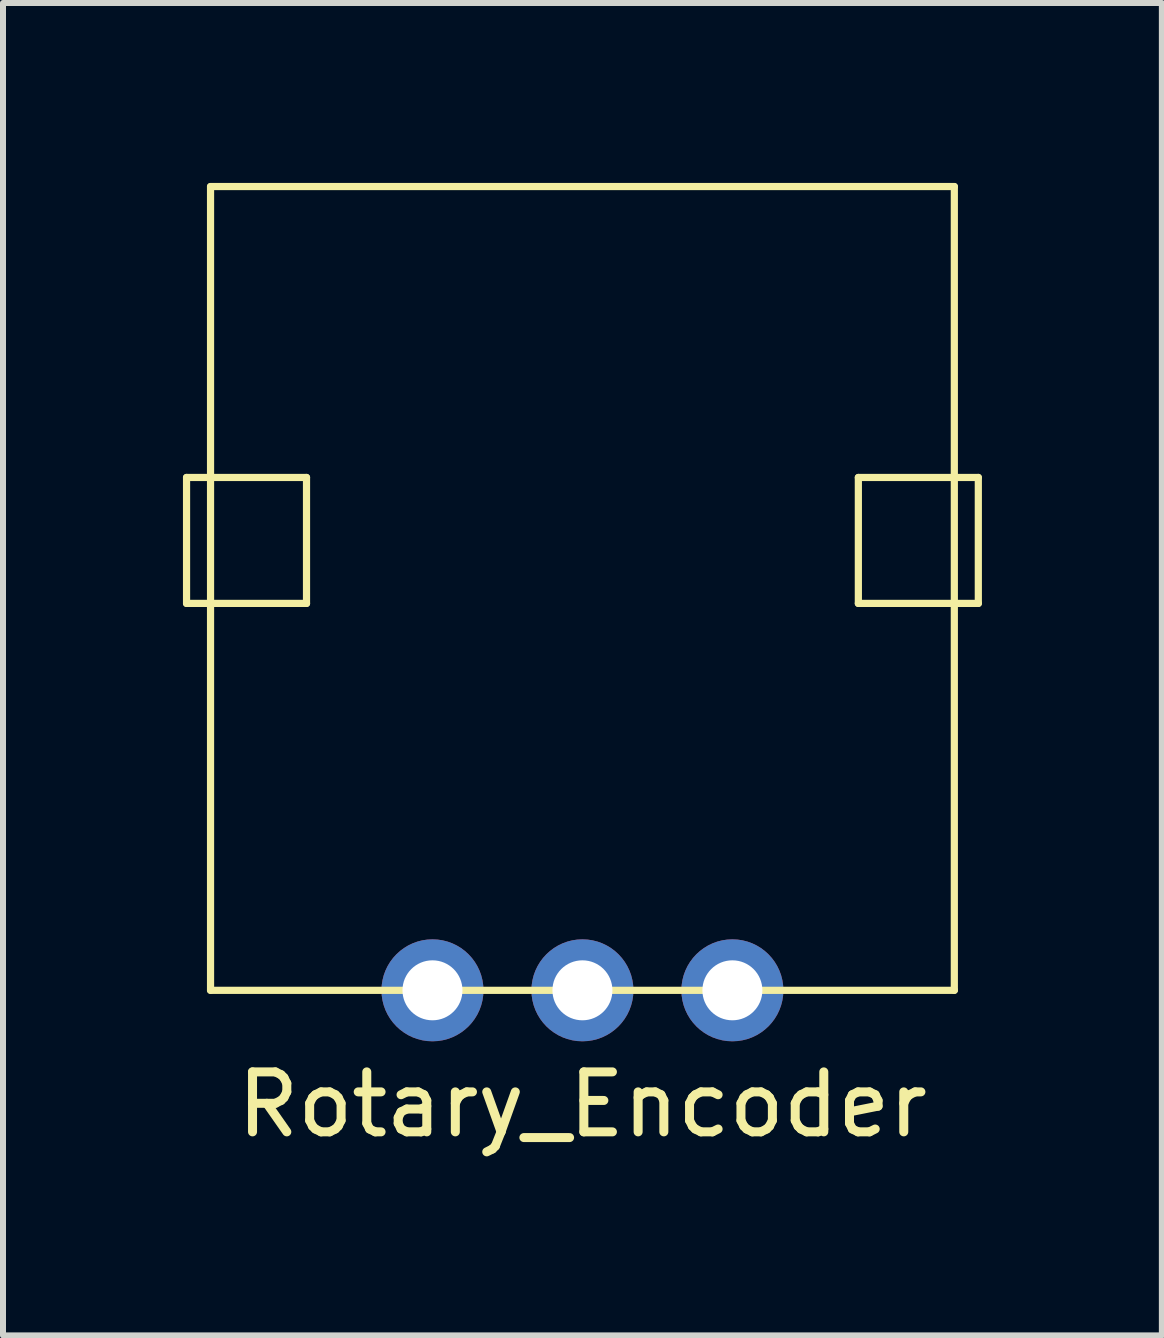
<source format=kicad_pcb>
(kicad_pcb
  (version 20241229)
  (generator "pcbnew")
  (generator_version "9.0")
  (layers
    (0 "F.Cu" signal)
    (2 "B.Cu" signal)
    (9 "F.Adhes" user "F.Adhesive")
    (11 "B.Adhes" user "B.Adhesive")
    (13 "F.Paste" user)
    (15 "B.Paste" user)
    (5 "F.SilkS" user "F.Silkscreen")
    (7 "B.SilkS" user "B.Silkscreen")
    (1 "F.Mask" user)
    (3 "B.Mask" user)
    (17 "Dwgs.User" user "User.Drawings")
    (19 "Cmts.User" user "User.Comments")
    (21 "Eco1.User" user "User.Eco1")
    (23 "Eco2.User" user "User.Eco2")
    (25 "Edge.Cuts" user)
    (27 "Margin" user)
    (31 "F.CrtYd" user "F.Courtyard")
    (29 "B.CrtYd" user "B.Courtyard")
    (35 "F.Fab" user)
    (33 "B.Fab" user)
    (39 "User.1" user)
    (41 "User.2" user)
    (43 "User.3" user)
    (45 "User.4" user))
  (footprint "Rotary_Encoder"
    (layer "F.Cu")
    (at 6.66 13.46)
    (property "Reference" "Rotary_Encoder" (at 0 1.905 0) (layer "F.SilkS") (effects (font (size 1 1) (thickness 0.15))))
    (attr through_hole)
    (fp_line (start -6.6 -8.55) (end -4.6 -8.55) (stroke (width 0.12) (type solid)) (layer "F.SilkS"))
    (fp_line (start -6.6 -6.45) (end -6.6 -8.55) (stroke (width 0.12) (type solid)) (layer "F.SilkS"))
    (fp_line (start -6.2 0) (end -6.2 -13.4) (stroke (width 0.12) (type solid)) (layer "F.SilkS"))
    (fp_line (start -4.6 -8.55) (end -4.6 -6.45) (stroke (width 0.12) (type solid)) (layer "F.SilkS"))
    (fp_line (start -4.6 -6.45) (end -6.6 -6.45) (stroke (width 0.12) (type solid)) (layer "F.SilkS"))
    (fp_line (start 4.6 -8.55) (end 6.6 -8.55) (stroke (width 0.12) (type solid)) (layer "F.SilkS"))
    (fp_line (start 4.6 -6.45) (end 4.6 -8.55) (stroke (width 0.12) (type solid)) (layer "F.SilkS"))
    (fp_line (start 4.6 -6.45) (end 6.6 -6.45) (stroke (width 0.12) (type solid)) (layer "F.SilkS"))
    (fp_line (start 6.2 -13.4) (end -6.2 -13.4) (stroke (width 0.12) (type solid)) (layer "F.SilkS"))
    (fp_line (start 6.2 0) (end -6.2 0) (stroke (width 0.12) (type solid)) (layer "F.SilkS"))
    (fp_line (start 6.2 0) (end 6.2 -13.4) (stroke (width 0.12) (type solid)) (layer "F.SilkS"))
    (fp_line (start 6.6 -8.55) (end 6.6 -6.45) (stroke (width 0.12) (type solid)) (layer "F.SilkS"))
    (pad "A" thru_hole circle (at -2.5 0) (size 1.7 1.7) (drill 1) (layers "*.Cu" "*.Mask"))
    (pad "B" thru_hole circle (at 2.5 0) (size 1.7 1.7) (drill 1) (layers "*.Cu" "*.Mask"))
    (pad "C" thru_hole circle (at 0 0) (size 1.7 1.7) (drill 1) (layers "*.Cu" "*.Mask")))
  (gr_rect
    (start -3 -3)
    (end 16.32 19.213)
    (stroke (width 0.1) (type default))
    (fill no)
    (layer "Edge.Cuts")))
</source>
